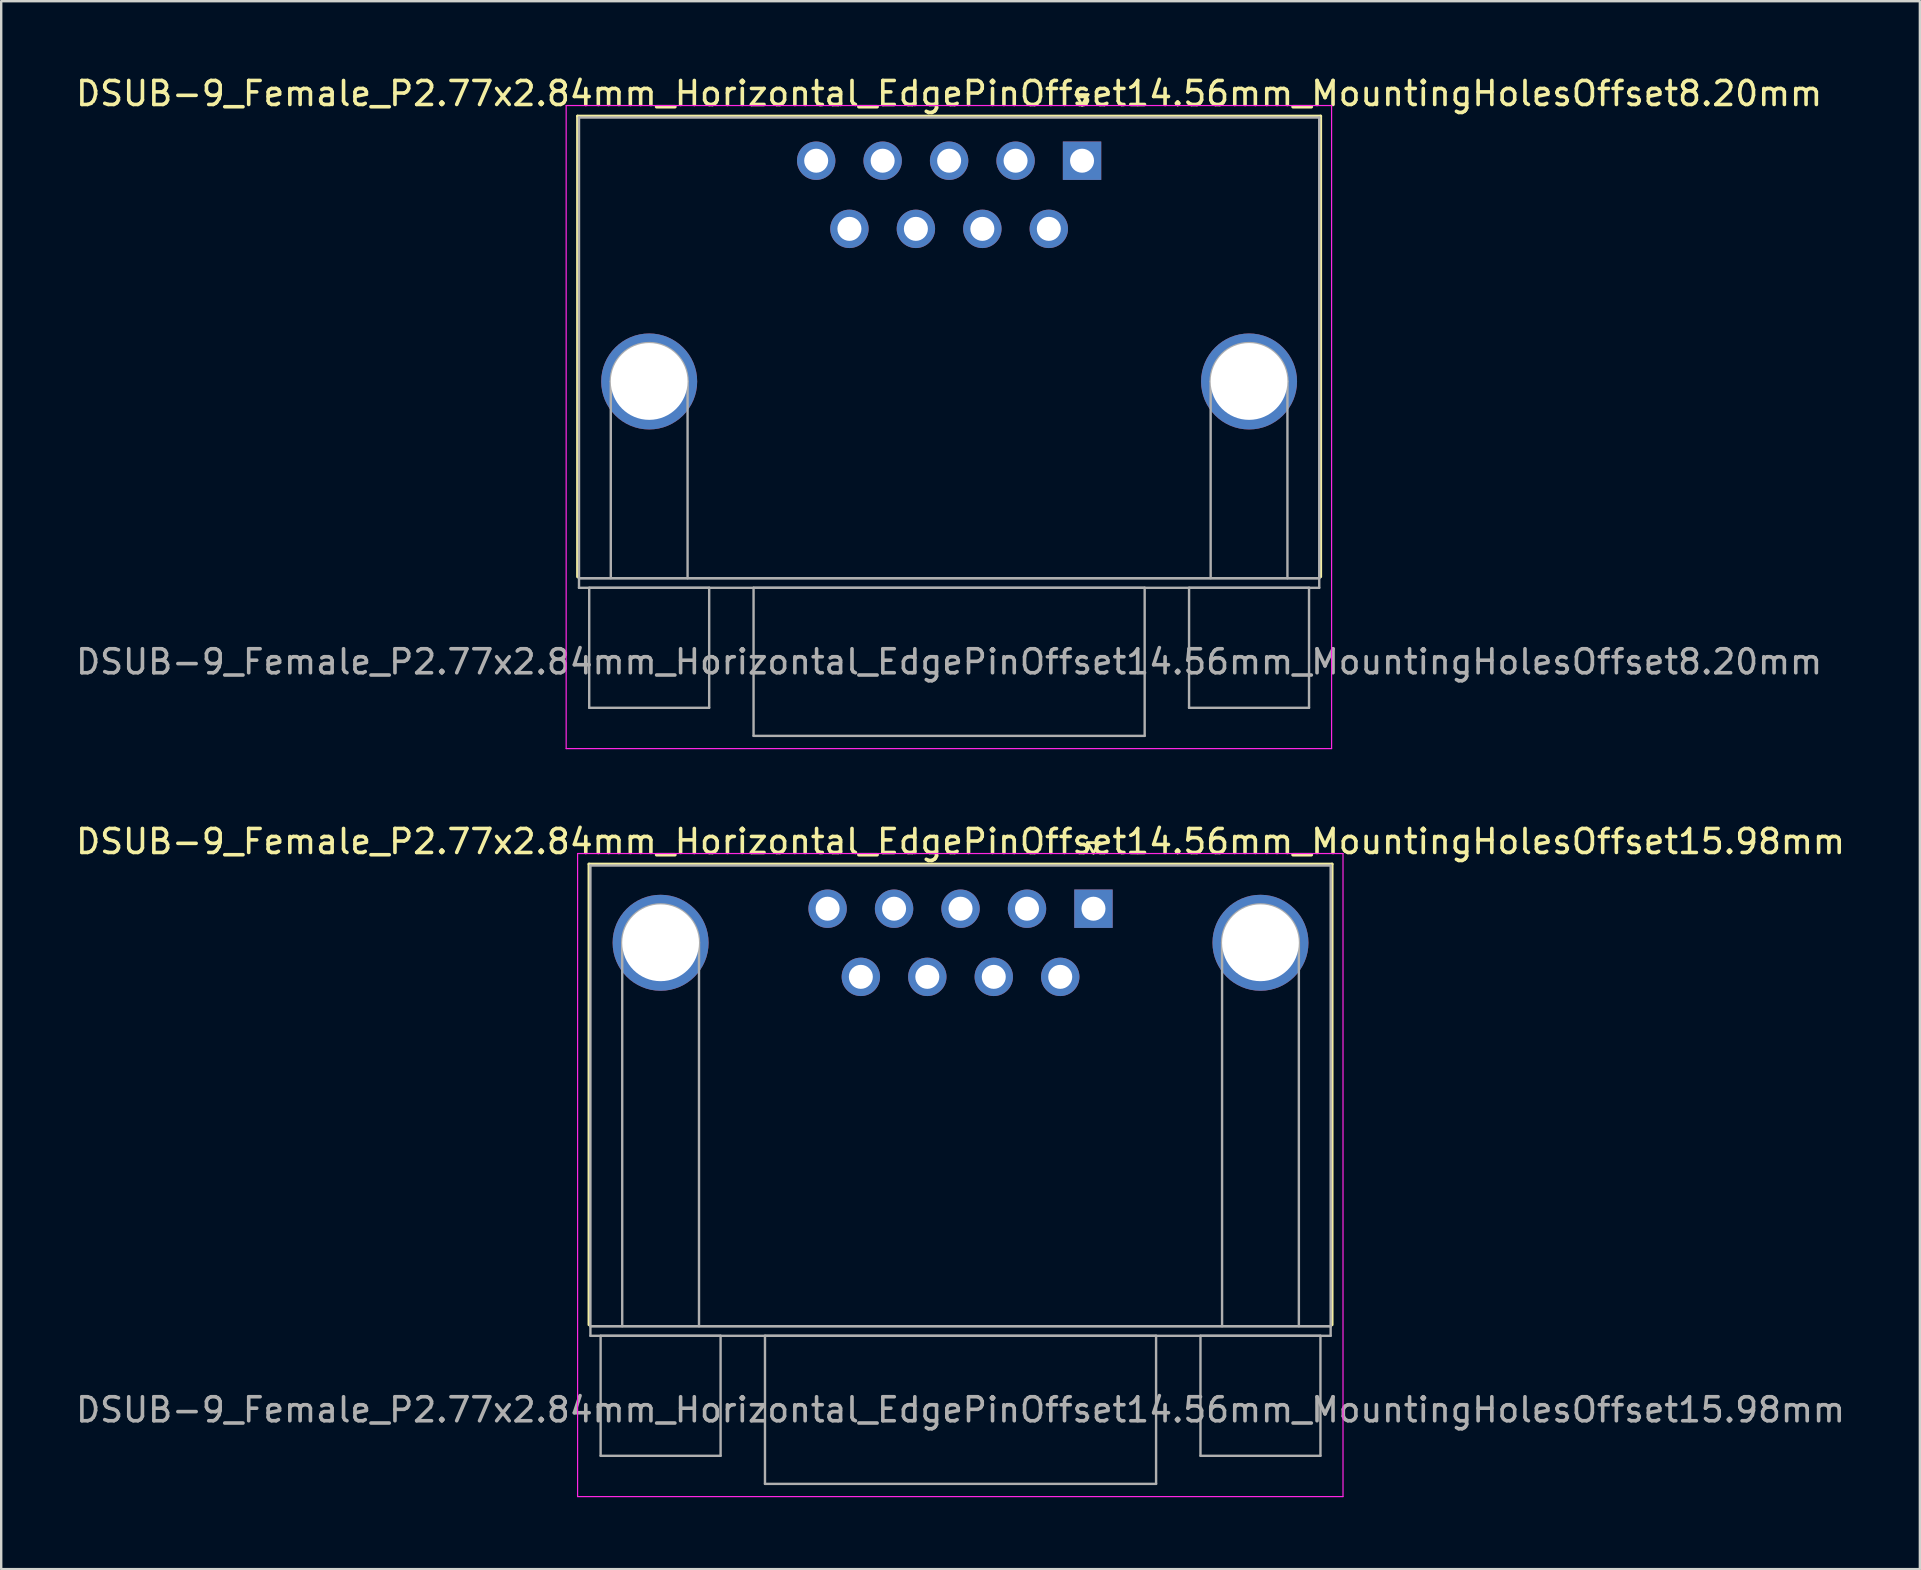
<source format=kicad_pcb>
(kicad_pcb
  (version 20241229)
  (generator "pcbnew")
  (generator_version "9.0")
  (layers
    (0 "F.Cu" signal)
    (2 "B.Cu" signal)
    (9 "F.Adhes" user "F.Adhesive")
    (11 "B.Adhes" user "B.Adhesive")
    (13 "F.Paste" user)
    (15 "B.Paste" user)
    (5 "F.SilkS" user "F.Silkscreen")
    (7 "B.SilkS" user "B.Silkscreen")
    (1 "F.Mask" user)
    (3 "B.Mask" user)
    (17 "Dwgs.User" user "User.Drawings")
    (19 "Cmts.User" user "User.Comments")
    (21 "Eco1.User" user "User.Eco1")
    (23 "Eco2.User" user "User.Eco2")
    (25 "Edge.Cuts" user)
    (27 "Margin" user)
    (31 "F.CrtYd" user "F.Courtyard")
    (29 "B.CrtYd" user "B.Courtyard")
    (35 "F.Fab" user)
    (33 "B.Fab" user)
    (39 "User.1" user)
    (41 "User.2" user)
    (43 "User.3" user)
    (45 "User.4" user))
  (footprint "DSUB-9_Female_P2.77x2.84mm_Horizontal_EdgePinOffset14.56mm_MountingHolesOffset15.98mm"
    (layer "F.Cu")
    (at 42.522 34.822)
    (property "Reference" "DSUB-9_Female_P2.77x2.84mm_Horizontal_EdgePinOffset14.56mm_MountingHolesOffset15.98mm" (at -5.54 -2.8 0) (layer "F.SilkS") (effects (font (size 1 1) (thickness 0.15))))
    (attr through_hole)
    (fp_line (start -21.025 -1.86) (end 9.945 -1.86) (stroke (width 0.12) (type solid)) (layer "F.SilkS"))
    (fp_line (start -21.025 17.34) (end -21.025 -1.86) (stroke (width 0.12) (type solid)) (layer "F.SilkS"))
    (fp_line (start -0.25 -2.754) (end 0.25 -2.754) (stroke (width 0.12) (type solid)) (layer "F.SilkS"))
    (fp_line (start 0 -2.321) (end -0.25 -2.754) (stroke (width 0.12) (type solid)) (layer "F.SilkS"))
    (fp_line (start 0.25 -2.754) (end 0 -2.321) (stroke (width 0.12) (type solid)) (layer "F.SilkS"))
    (fp_line (start 9.945 -1.86) (end 9.945 17.34) (stroke (width 0.12) (type solid)) (layer "F.SilkS"))
    (fp_line (start -21.5 -2.3) (end -21.5 24.5) (stroke (width 0.05) (type solid)) (layer "F.CrtYd"))
    (fp_line (start -21.5 24.5) (end 10.4 24.5) (stroke (width 0.05) (type solid)) (layer "F.CrtYd"))
    (fp_line (start 10.4 -2.3) (end -21.5 -2.3) (stroke (width 0.05) (type solid)) (layer "F.CrtYd"))
    (fp_line (start 10.4 24.5) (end 10.4 -2.3) (stroke (width 0.05) (type solid)) (layer "F.CrtYd"))
    (fp_line (start -20.965 -1.8) (end -20.965 17.4) (stroke (width 0.1) (type solid)) (layer "F.Fab"))
    (fp_line (start -20.965 17.4) (end -20.965 17.8) (stroke (width 0.1) (type solid)) (layer "F.Fab"))
    (fp_line (start -20.965 17.4) (end 9.885 17.4) (stroke (width 0.1) (type solid)) (layer "F.Fab"))
    (fp_line (start -20.965 17.8) (end 9.885 17.8) (stroke (width 0.1) (type solid)) (layer "F.Fab"))
    (fp_line (start -20.54 17.8) (end -20.54 22.8) (stroke (width 0.1) (type solid)) (layer "F.Fab"))
    (fp_line (start -20.54 22.8) (end -15.54 22.8) (stroke (width 0.1) (type solid)) (layer "F.Fab"))
    (fp_line (start -19.64 17.4) (end -19.64 1.42) (stroke (width 0.1) (type solid)) (layer "F.Fab"))
    (fp_line (start -16.44 17.4) (end -16.44 1.42) (stroke (width 0.1) (type solid)) (layer "F.Fab"))
    (fp_line (start -15.54 17.8) (end -20.54 17.8) (stroke (width 0.1) (type solid)) (layer "F.Fab"))
    (fp_line (start -15.54 22.8) (end -15.54 17.8) (stroke (width 0.1) (type solid)) (layer "F.Fab"))
    (fp_line (start -13.69 17.8) (end -13.69 23.97) (stroke (width 0.1) (type solid)) (layer "F.Fab"))
    (fp_line (start -13.69 23.97) (end 2.61 23.97) (stroke (width 0.1) (type solid)) (layer "F.Fab"))
    (fp_line (start 2.61 17.8) (end -13.69 17.8) (stroke (width 0.1) (type solid)) (layer "F.Fab"))
    (fp_line (start 2.61 23.97) (end 2.61 17.8) (stroke (width 0.1) (type solid)) (layer "F.Fab"))
    (fp_line (start 4.46 17.8) (end 4.46 22.8) (stroke (width 0.1) (type solid)) (layer "F.Fab"))
    (fp_line (start 4.46 22.8) (end 9.46 22.8) (stroke (width 0.1) (type solid)) (layer "F.Fab"))
    (fp_line (start 5.36 17.4) (end 5.36 1.42) (stroke (width 0.1) (type solid)) (layer "F.Fab"))
    (fp_line (start 8.56 17.4) (end 8.56 1.42) (stroke (width 0.1) (type solid)) (layer "F.Fab"))
    (fp_line (start 9.46 17.8) (end 4.46 17.8) (stroke (width 0.1) (type solid)) (layer "F.Fab"))
    (fp_line (start 9.46 22.8) (end 9.46 17.8) (stroke (width 0.1) (type solid)) (layer "F.Fab"))
    (fp_line (start 9.885 -1.8) (end -20.965 -1.8) (stroke (width 0.1) (type solid)) (layer "F.Fab"))
    (fp_line (start 9.885 17.4) (end -20.965 17.4) (stroke (width 0.1) (type solid)) (layer "F.Fab"))
    (fp_line (start 9.885 17.4) (end 9.885 -1.8) (stroke (width 0.1) (type solid)) (layer "F.Fab"))
    (fp_line (start 9.885 17.8) (end 9.885 17.4) (stroke (width 0.1) (type solid)) (layer "F.Fab"))
    (fp_arc (start -19.64 1.42) (mid -18.04 -0.18) (end -16.44 1.42) (stroke (width 0.1) (type solid)) (layer "F.Fab"))
    (fp_arc (start 5.36 1.42) (mid 6.96 -0.18) (end 8.56 1.42) (stroke (width 0.1) (type solid)) (layer "F.Fab"))
    (fp_text user "${REFERENCE}" (at -5.54 20.885 0) (layer "F.Fab") (effects (font (size 1 1) (thickness 0.15))))
    (pad "0" thru_hole circle (at -18.04 1.42) (size 4 4) (drill 3.2) (layers "*.Cu" "*.Mask"))
    (pad "0" thru_hole circle (at 6.96 1.42) (size 4 4) (drill 3.2) (layers "*.Cu" "*.Mask"))
    (pad "1" thru_hole rect (at 0 0) (size 1.6 1.6) (drill 1) (layers "*.Cu" "*.Mask"))
    (pad "2" thru_hole circle (at -2.77 0) (size 1.6 1.6) (drill 1) (layers "*.Cu" "*.Mask"))
    (pad "3" thru_hole circle (at -5.54 0) (size 1.6 1.6) (drill 1) (layers "*.Cu" "*.Mask"))
    (pad "4" thru_hole circle (at -8.31 0) (size 1.6 1.6) (drill 1) (layers "*.Cu" "*.Mask"))
    (pad "5" thru_hole circle (at -11.08 0) (size 1.6 1.6) (drill 1) (layers "*.Cu" "*.Mask"))
    (pad "6" thru_hole circle (at -1.385 2.84) (size 1.6 1.6) (drill 1) (layers "*.Cu" "*.Mask"))
    (pad "7" thru_hole circle (at -4.155 2.84) (size 1.6 1.6) (drill 1) (layers "*.Cu" "*.Mask"))
    (pad "8" thru_hole circle (at -6.925 2.84) (size 1.6 1.6) (drill 1) (layers "*.Cu" "*.Mask"))
    (pad "9" thru_hole circle (at -9.695 2.84) (size 1.6 1.6) (drill 1) (layers "*.Cu" "*.Mask")))
  (footprint "DSUB-9_Female_P2.77x2.84mm_Horizontal_EdgePinOffset14.56mm_MountingHolesOffset8.20mm"
    (layer "F.Cu")
    (at 42.046 3.648)
    (property "Reference" "DSUB-9_Female_P2.77x2.84mm_Horizontal_EdgePinOffset14.56mm_MountingHolesOffset8.20mm" (at -5.54 -2.8 0) (layer "F.SilkS") (effects (font (size 1 1) (thickness 0.15))))
    (attr through_hole)
    (fp_line (start -21.025 -1.86) (end 9.945 -1.86) (stroke (width 0.12) (type solid)) (layer "F.SilkS"))
    (fp_line (start -21.025 17.34) (end -21.025 -1.86) (stroke (width 0.12) (type solid)) (layer "F.SilkS"))
    (fp_line (start -0.25 -2.754) (end 0.25 -2.754) (stroke (width 0.12) (type solid)) (layer "F.SilkS"))
    (fp_line (start 0 -2.321) (end -0.25 -2.754) (stroke (width 0.12) (type solid)) (layer "F.SilkS"))
    (fp_line (start 0.25 -2.754) (end 0 -2.321) (stroke (width 0.12) (type solid)) (layer "F.SilkS"))
    (fp_line (start 9.945 -1.86) (end 9.945 17.34) (stroke (width 0.12) (type solid)) (layer "F.SilkS"))
    (fp_line (start -21.5 -2.3) (end -21.5 24.5) (stroke (width 0.05) (type solid)) (layer "F.CrtYd"))
    (fp_line (start -21.5 24.5) (end 10.4 24.5) (stroke (width 0.05) (type solid)) (layer "F.CrtYd"))
    (fp_line (start 10.4 -2.3) (end -21.5 -2.3) (stroke (width 0.05) (type solid)) (layer "F.CrtYd"))
    (fp_line (start 10.4 24.5) (end 10.4 -2.3) (stroke (width 0.05) (type solid)) (layer "F.CrtYd"))
    (fp_line (start -20.965 -1.8) (end -20.965 17.4) (stroke (width 0.1) (type solid)) (layer "F.Fab"))
    (fp_line (start -20.965 17.4) (end -20.965 17.8) (stroke (width 0.1) (type solid)) (layer "F.Fab"))
    (fp_line (start -20.965 17.4) (end 9.885 17.4) (stroke (width 0.1) (type solid)) (layer "F.Fab"))
    (fp_line (start -20.965 17.8) (end 9.885 17.8) (stroke (width 0.1) (type solid)) (layer "F.Fab"))
    (fp_line (start -20.54 17.8) (end -20.54 22.8) (stroke (width 0.1) (type solid)) (layer "F.Fab"))
    (fp_line (start -20.54 22.8) (end -15.54 22.8) (stroke (width 0.1) (type solid)) (layer "F.Fab"))
    (fp_line (start -19.64 17.4) (end -19.64 9.2) (stroke (width 0.1) (type solid)) (layer "F.Fab"))
    (fp_line (start -16.44 17.4) (end -16.44 9.2) (stroke (width 0.1) (type solid)) (layer "F.Fab"))
    (fp_line (start -15.54 17.8) (end -20.54 17.8) (stroke (width 0.1) (type solid)) (layer "F.Fab"))
    (fp_line (start -15.54 22.8) (end -15.54 17.8) (stroke (width 0.1) (type solid)) (layer "F.Fab"))
    (fp_line (start -13.69 17.8) (end -13.69 23.97) (stroke (width 0.1) (type solid)) (layer "F.Fab"))
    (fp_line (start -13.69 23.97) (end 2.61 23.97) (stroke (width 0.1) (type solid)) (layer "F.Fab"))
    (fp_line (start 2.61 17.8) (end -13.69 17.8) (stroke (width 0.1) (type solid)) (layer "F.Fab"))
    (fp_line (start 2.61 23.97) (end 2.61 17.8) (stroke (width 0.1) (type solid)) (layer "F.Fab"))
    (fp_line (start 4.46 17.8) (end 4.46 22.8) (stroke (width 0.1) (type solid)) (layer "F.Fab"))
    (fp_line (start 4.46 22.8) (end 9.46 22.8) (stroke (width 0.1) (type solid)) (layer "F.Fab"))
    (fp_line (start 5.36 17.4) (end 5.36 9.2) (stroke (width 0.1) (type solid)) (layer "F.Fab"))
    (fp_line (start 8.56 17.4) (end 8.56 9.2) (stroke (width 0.1) (type solid)) (layer "F.Fab"))
    (fp_line (start 9.46 17.8) (end 4.46 17.8) (stroke (width 0.1) (type solid)) (layer "F.Fab"))
    (fp_line (start 9.46 22.8) (end 9.46 17.8) (stroke (width 0.1) (type solid)) (layer "F.Fab"))
    (fp_line (start 9.885 -1.8) (end -20.965 -1.8) (stroke (width 0.1) (type solid)) (layer "F.Fab"))
    (fp_line (start 9.885 17.4) (end -20.965 17.4) (stroke (width 0.1) (type solid)) (layer "F.Fab"))
    (fp_line (start 9.885 17.4) (end 9.885 -1.8) (stroke (width 0.1) (type solid)) (layer "F.Fab"))
    (fp_line (start 9.885 17.8) (end 9.885 17.4) (stroke (width 0.1) (type solid)) (layer "F.Fab"))
    (fp_arc (start -19.64 9.2) (mid -18.04 7.6) (end -16.44 9.2) (stroke (width 0.1) (type solid)) (layer "F.Fab"))
    (fp_arc (start 5.36 9.2) (mid 6.96 7.6) (end 8.56 9.2) (stroke (width 0.1) (type solid)) (layer "F.Fab"))
    (fp_text user "${REFERENCE}" (at -5.54 20.885 0) (layer "F.Fab") (effects (font (size 1 1) (thickness 0.15))))
    (pad "0" thru_hole circle (at -18.04 9.2) (size 4 4) (drill 3.2) (layers "*.Cu" "*.Mask"))
    (pad "0" thru_hole circle (at 6.96 9.2) (size 4 4) (drill 3.2) (layers "*.Cu" "*.Mask"))
    (pad "1" thru_hole rect (at 0 0) (size 1.6 1.6) (drill 1) (layers "*.Cu" "*.Mask"))
    (pad "2" thru_hole circle (at -2.77 0) (size 1.6 1.6) (drill 1) (layers "*.Cu" "*.Mask"))
    (pad "3" thru_hole circle (at -5.54 0) (size 1.6 1.6) (drill 1) (layers "*.Cu" "*.Mask"))
    (pad "4" thru_hole circle (at -8.31 0) (size 1.6 1.6) (drill 1) (layers "*.Cu" "*.Mask"))
    (pad "5" thru_hole circle (at -11.08 0) (size 1.6 1.6) (drill 1) (layers "*.Cu" "*.Mask"))
    (pad "6" thru_hole circle (at -1.385 2.84) (size 1.6 1.6) (drill 1) (layers "*.Cu" "*.Mask"))
    (pad "7" thru_hole circle (at -4.155 2.84) (size 1.6 1.6) (drill 1) (layers "*.Cu" "*.Mask"))
    (pad "8" thru_hole circle (at -6.925 2.84) (size 1.6 1.6) (drill 1) (layers "*.Cu" "*.Mask"))
    (pad "9" thru_hole circle (at -9.695 2.84) (size 1.6 1.6) (drill 1) (layers "*.Cu" "*.Mask")))
  (gr_rect
    (start -3 -3)
    (end 76.964 62.346)
    (stroke (width 0.1) (type default))
    (fill no)
    (layer "Edge.Cuts")))
</source>
